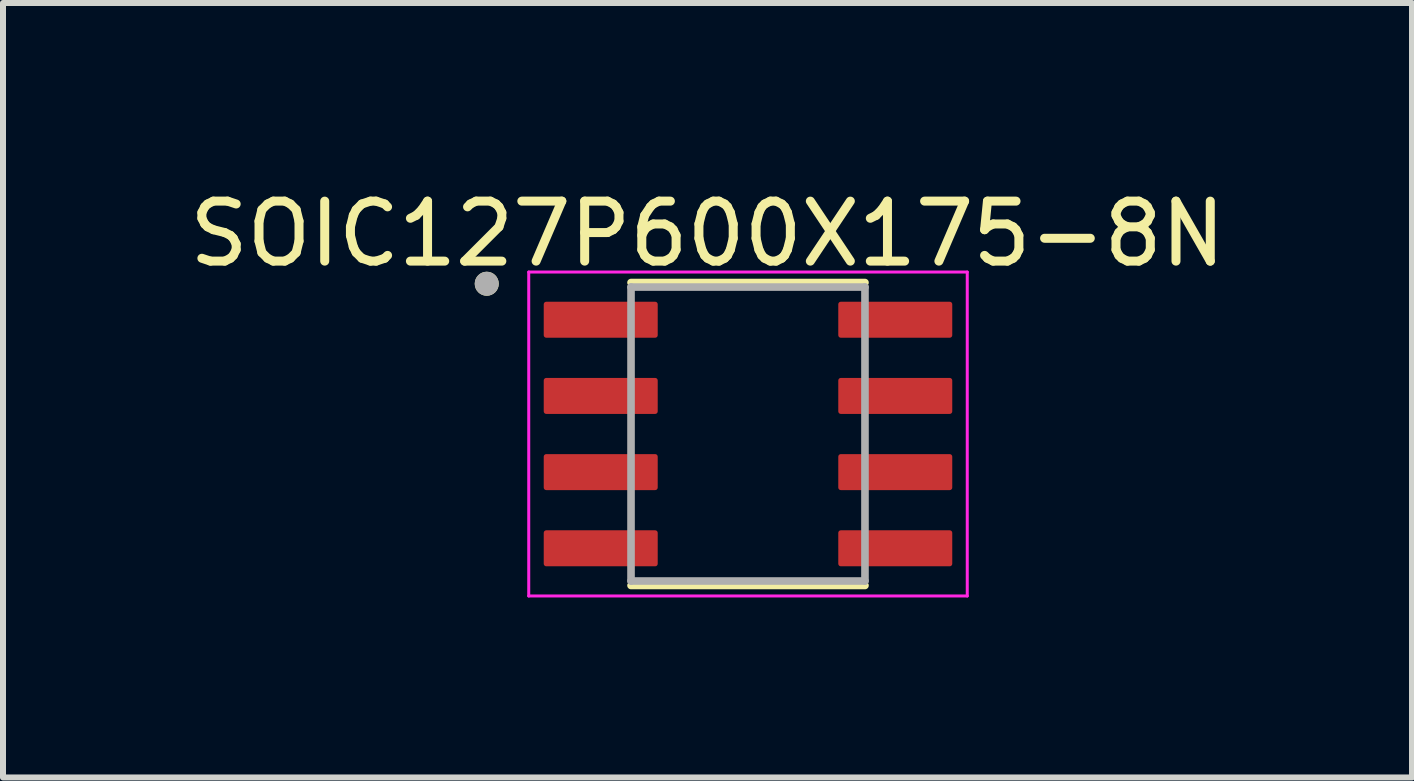
<source format=kicad_pcb>
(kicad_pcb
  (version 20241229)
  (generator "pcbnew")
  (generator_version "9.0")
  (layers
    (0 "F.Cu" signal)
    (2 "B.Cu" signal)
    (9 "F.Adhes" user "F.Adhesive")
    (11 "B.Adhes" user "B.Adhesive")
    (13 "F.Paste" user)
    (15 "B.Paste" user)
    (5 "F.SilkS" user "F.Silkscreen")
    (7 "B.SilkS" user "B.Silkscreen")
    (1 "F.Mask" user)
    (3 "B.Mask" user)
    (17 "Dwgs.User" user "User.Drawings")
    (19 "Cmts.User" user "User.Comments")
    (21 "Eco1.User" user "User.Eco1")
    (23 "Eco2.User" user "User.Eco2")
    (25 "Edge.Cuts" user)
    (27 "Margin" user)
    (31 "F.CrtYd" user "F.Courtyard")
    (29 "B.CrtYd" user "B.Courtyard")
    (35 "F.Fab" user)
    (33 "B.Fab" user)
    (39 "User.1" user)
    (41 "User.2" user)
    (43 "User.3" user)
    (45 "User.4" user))
  (footprint "SOIC127P600X175-8N"
    (layer "F.Cu")
    (at 9.419 4.185)
    (property "Reference" "SOIC127P600X175-8N" (at -0.675 -3.337 0) (layer "F.SilkS") (effects (font (size 1 1) (thickness 0.15))))
    (attr smd)
    (fp_line (start -1.95 -2.525) (end 1.95 -2.525) (stroke (width 0.127) (type solid)) (layer "F.SilkS"))
    (fp_line (start -1.95 2.525) (end 1.95 2.525) (stroke (width 0.127) (type solid)) (layer "F.SilkS"))
    (fp_circle (center -4.355 -2.505) (end -4.255 -2.505) (stroke (width 0.2) (type solid)) (fill no) (layer "F.SilkS"))
    (fp_line (start -3.655 -2.7) (end -3.655 2.7) (stroke (width 0.05) (type solid)) (layer "F.CrtYd"))
    (fp_line (start -3.655 -2.7) (end 3.655 -2.7) (stroke (width 0.05) (type solid)) (layer "F.CrtYd"))
    (fp_line (start -3.655 2.7) (end 3.655 2.7) (stroke (width 0.05) (type solid)) (layer "F.CrtYd"))
    (fp_line (start 3.655 -2.7) (end 3.655 2.7) (stroke (width 0.05) (type solid)) (layer "F.CrtYd"))
    (fp_line (start -1.95 -2.45) (end -1.95 2.45) (stroke (width 0.127) (type solid)) (layer "F.Fab"))
    (fp_line (start -1.95 -2.45) (end 1.95 -2.45) (stroke (width 0.127) (type solid)) (layer "F.Fab"))
    (fp_line (start -1.95 2.45) (end 1.95 2.45) (stroke (width 0.127) (type solid)) (layer "F.Fab"))
    (fp_line (start 1.95 -2.45) (end 1.95 2.45) (stroke (width 0.127) (type solid)) (layer "F.Fab"))
    (fp_circle (center -4.355 -2.505) (end -4.255 -2.505) (stroke (width 0.2) (type solid)) (fill no) (layer "F.Fab"))
    (pad "1" smd roundrect (at -2.455 -1.905) (size 1.9 0.6) (layers "F.Cu" "F.Mask" "F.Paste") (roundrect_rratio 0.07))
    (pad "2" smd roundrect (at -2.455 -0.635) (size 1.9 0.6) (layers "F.Cu" "F.Mask" "F.Paste") (roundrect_rratio 0.07))
    (pad "3" smd roundrect (at -2.455 0.635) (size 1.9 0.6) (layers "F.Cu" "F.Mask" "F.Paste") (roundrect_rratio 0.07))
    (pad "4" smd roundrect (at -2.455 1.905) (size 1.9 0.6) (layers "F.Cu" "F.Mask" "F.Paste") (roundrect_rratio 0.07))
    (pad "5" smd roundrect (at 2.455 1.905) (size 1.9 0.6) (layers "F.Cu" "F.Mask" "F.Paste") (roundrect_rratio 0.07))
    (pad "6" smd roundrect (at 2.455 0.635) (size 1.9 0.6) (layers "F.Cu" "F.Mask" "F.Paste") (roundrect_rratio 0.07))
    (pad "7" smd roundrect (at 2.455 -0.635) (size 1.9 0.6) (layers "F.Cu" "F.Mask" "F.Paste") (roundrect_rratio 0.07))
    (pad "8" smd roundrect (at 2.455 -1.905) (size 1.9 0.6) (layers "F.Cu" "F.Mask" "F.Paste") (roundrect_rratio 0.07)))
  (gr_rect
    (start -3 -3)
    (end 20.488 9.91)
    (stroke (width 0.1) (type default))
    (fill no)
    (layer "Edge.Cuts")))
</source>
